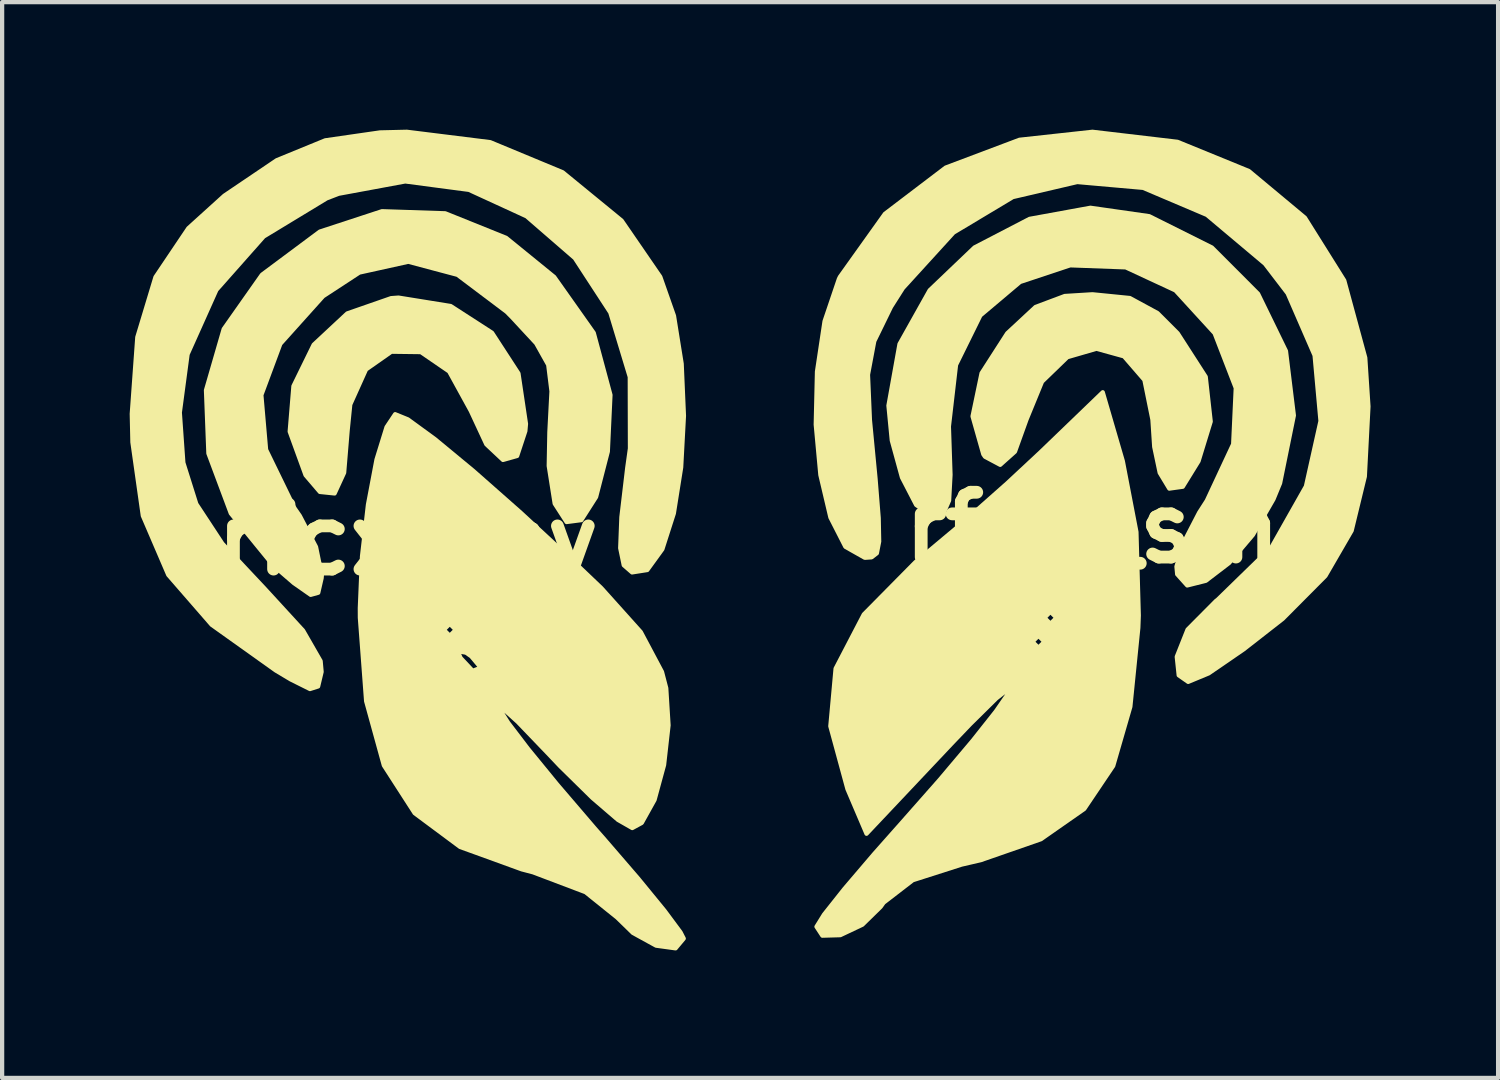
<source format=kicad_pcb>
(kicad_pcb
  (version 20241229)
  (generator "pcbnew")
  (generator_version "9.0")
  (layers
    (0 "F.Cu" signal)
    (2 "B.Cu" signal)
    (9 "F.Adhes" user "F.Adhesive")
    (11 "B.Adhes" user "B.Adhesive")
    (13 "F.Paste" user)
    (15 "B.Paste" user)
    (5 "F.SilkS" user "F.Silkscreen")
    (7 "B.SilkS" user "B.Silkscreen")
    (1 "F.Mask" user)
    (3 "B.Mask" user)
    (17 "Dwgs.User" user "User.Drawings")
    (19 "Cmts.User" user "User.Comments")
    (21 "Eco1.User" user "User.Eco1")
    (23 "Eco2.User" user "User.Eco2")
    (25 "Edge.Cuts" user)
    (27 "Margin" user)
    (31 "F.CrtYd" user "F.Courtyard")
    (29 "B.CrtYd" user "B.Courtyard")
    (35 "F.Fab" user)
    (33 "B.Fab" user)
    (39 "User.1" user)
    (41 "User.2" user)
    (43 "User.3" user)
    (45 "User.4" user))
  (footprint "rfcx_sm"
    (layer "F.Cu")
    (at 22.645 9.363)
    (property "Reference" "rfcx_sm" (at 0 0 0) (layer "F.SilkS") (effects (font (size 1.524 1.524) (thickness 0.3))))
    (attr through_hole)
    (fp_poly (pts (xy 2.781 -2.498) (xy 2.495 -1.566) (xy 2.124 -0.965) (xy 1.807 -0.921) (xy 1.582 -1.293) (xy 1.453 -1.905) (xy 1.411 -2.543) (xy 1.222 -3.476) (xy 0.741 -4.032) (xy 0.094 -4.211) (xy -0.591 -4.012) (xy -1.186 -3.436) (xy -1.551 -2.546) (xy -1.823 -1.79) (xy -2.17 -1.48) (xy -2.527 -1.67) (xy -2.567 -1.728) (xy -2.82 -2.621) (xy -2.608 -3.636) (xy -2.004 -4.575) (xy -1.339 -5.193) (xy -0.651 -5.451) (xy 0 -5.491) (xy 0.879 -5.403) (xy 1.529 -5.05) (xy 2.004 -4.575) (xy 2.664 -3.55) (xy 2.781 -2.498)) (stroke (width 0.1) (type solid)) (fill yes) (layer "F.SilkS"))
    (fp_poly (pts (xy 4.737 -2.641) (xy 4.413 -1.049) (xy 4.258 -0.672) (xy 3.775 0.167) (xy 3.214 0.829) (xy 2.667 1.247) (xy 2.229 1.357) (xy 1.993 1.094) (xy 1.976 0.912) (xy 2.128 0.381) (xy 2.509 -0.356) (xy 2.69 -0.638) (xy 3.31 -1.966) (xy 3.371 -3.287) (xy 2.874 -4.573) (xy 2.874 -4.574) (xy 1.952 -5.582) (xy 0.783 -6.125) (xy -0.524 -6.173) (xy -1.703 -5.781) (xy -2.636 -4.994) (xy -3.209 -3.831) (xy -3.377 -2.381) (xy -3.374 -2.297) (xy -3.339 -1.246) (xy -3.372 -0.64) (xy -3.496 -0.358) (xy -3.735 -0.283) (xy -3.782 -0.282) (xy -4.146 -0.536) (xy -4.48 -1.182) (xy -4.719 -2.053) (xy -4.798 -2.873) (xy -4.538 -4.321) (xy -3.829 -5.586) (xy -2.774 -6.593) (xy -1.479 -7.265) (xy -0.048 -7.526) (xy 1.335 -7.328) (xy 2.809 -6.592) (xy 3.895 -5.504) (xy 4.551 -4.157) (xy 4.737 -2.641)) (stroke (width 0.1) (type solid)) (fill yes) (layer "F.SilkS"))
    (fp_poly (pts (xy 6.491 -2.852) (xy 6.406 -1.206) (xy 6.096 0.069) (xy 5.48 1.132) (xy 4.476 2.142) (xy 3.556 2.86) (xy 2.733 3.425) (xy 2.251 3.625) (xy 2.029 3.47) (xy 1.983 3.034) (xy 2.237 2.394) (xy 2.907 1.72) (xy 2.943 1.693) (xy 4.21 0.459) (xy 5.021 -0.974) (xy 5.364 -2.51) (xy 5.225 -4.054) (xy 4.591 -5.513) (xy 4.058 -6.209) (xy 2.692 -7.358) (xy 1.192 -7.995) (xy -0.358 -8.132) (xy -1.873 -7.778) (xy -3.268 -6.942) (xy -4.459 -5.635) (xy -4.739 -5.194) (xy -5.132 -4.388) (xy -5.28 -3.6) (xy -5.235 -2.548) (xy -5.235 -2.54) (xy -5.102 -1.151) (xy -5.028 -0.229) (xy -5.017 0.323) (xy -5.071 0.599) (xy -5.195 0.695) (xy -5.354 0.706) (xy -5.811 0.448) (xy -6.163 -0.242) (xy -6.399 -1.242) (xy -6.508 -2.426) (xy -6.479 -3.672) (xy -6.301 -4.856) (xy -5.963 -5.854) (xy -5.939 -5.902) (xy -4.881 -7.384) (xy -3.452 -8.471) (xy -1.717 -9.125) (xy 0 -9.313) (xy 2 -9.077) (xy 3.678 -8.391) (xy 4.997 -7.292) (xy 5.922 -5.816) (xy 6.416 -3.999) (xy 6.491 -2.852)) (stroke (width 0.1) (type solid)) (fill yes) (layer "F.SilkS"))
    (fp_poly (pts (xy 1.089 2.063) (xy 1.078 2.355) (xy 0.891 4.209) (xy 0.488 5.601) (xy -0.193 6.613) (xy -0.847 7.07) (xy -0.847 2.117) (xy -0.988 1.976) (xy -1.129 2.117) (xy -0.988 2.258) (xy -0.847 2.117) (xy -0.847 7.07) (xy -1.129 7.267) (xy -1.129 2.681) (xy -1.27 2.54) (xy -1.411 2.681) (xy -1.27 2.822) (xy -1.129 2.681) (xy -1.129 7.267) (xy -1.211 7.325) (xy -2.628 7.818) (xy -3.08 7.923) (xy -4.227 8.29) (xy -4.912 8.818) (xy -4.982 8.916) (xy -5.411 9.336) (xy -5.931 9.582) (xy -6.353 9.594) (xy -6.491 9.383) (xy -6.314 9.097) (xy -5.835 8.493) (xy -5.135 7.672) (xy -4.573 7.038) (xy -3.591 5.925) (xy -2.816 5.006) (xy -2.272 4.319) (xy -1.982 3.9) (xy -1.971 3.786) (xy -2.261 4.013) (xy -2.876 4.62) (xy -3.316 5.08) (xy -5.314 7.197) (xy -5.762 6.147) (xy -6.165 4.668) (xy -6.041 3.312) (xy -5.378 2.038) (xy -4.164 0.809) (xy -4.065 0.73) (xy -3.096 -0.081) (xy -2.001 -1.051) (xy -1.219 -1.78) (xy 0.242 -3.187) (xy 0.714 -1.567) (xy 1.034 0.099) (xy 1.089 2.063)) (stroke (width 0.1) (type solid)) (fill yes) (layer "F.SilkS")))
  (footprint "rfcx_rev"
    (layer "F.Cu")
    (at 6.541 9.646)
    (property "Reference" "rfcx_rev" (at 0 0 0) (layer "F.SilkS") (effects (font (size 1.524 1.524) (thickness 0.3))))
    (attr through_hole)
    (fp_poly (pts (xy 2.78 -2.727) (xy 2.765 -2.557) (xy 2.572 -1.972) (xy 2.239 -1.878) (xy 1.848 -2.245) (xy 1.481 -3.034) (xy 0.973 -3.959) (xy 0.308 -4.415) (xy -0.386 -4.424) (xy -0.982 -4.006) (xy -1.353 -3.182) (xy -1.415 -2.567) (xy -1.497 -1.577) (xy -1.721 -1.09) (xy -2.067 -1.126) (xy -2.404 -1.52) (xy -2.777 -2.546) (xy -2.689 -3.615) (xy -2.213 -4.588) (xy -1.424 -5.324) (xy -0.393 -5.683) (xy -0.218 -5.696) (xy 1.009 -5.498) (xy 1.981 -4.87) (xy 2.603 -3.913) (xy 2.78 -2.727)) (stroke (width 0.1) (type solid)) (fill yes) (layer "F.SilkS"))
    (fp_poly (pts (xy 4.767 -3.407) (xy 4.705 -2.076) (xy 4.429 -1.007) (xy 4.082 -0.463) (xy 3.735 -0.418) (xy 3.456 -0.851) (xy 3.316 -1.738) (xy 3.331 -2.531) (xy 3.381 -3.492) (xy 3.304 -4.114) (xy 3.02 -4.621) (xy 2.45 -5.236) (xy 2.325 -5.362) (xy 1.17 -6.232) (xy 0.012 -6.54) (xy -1.14 -6.285) (xy -1.992 -5.728) (xy -2.997 -4.608) (xy -3.444 -3.405) (xy -3.333 -2.119) (xy -2.665 -0.745) (xy -2.54 -0.565) (xy -2.158 0.168) (xy -2.021 0.838) (xy -2.027 0.903) (xy -2.106 1.245) (xy -2.284 1.295) (xy -2.678 1.02) (xy -3.172 0.594) (xy -4.162 -0.621) (xy -4.689 -2.032) (xy -4.746 -3.518) (xy -4.329 -4.957) (xy -3.435 -6.227) (xy -3.421 -6.241) (xy -2.068 -7.249) (xy -0.607 -7.728) (xy 0.88 -7.679) (xy 2.313 -7.102) (xy 3.444 -6.182) (xy 4.374 -4.866) (xy 4.767 -3.407)) (stroke (width 0.1) (type solid)) (fill yes) (layer "F.SilkS"))
    (fp_poly (pts (xy 6.495 -2.915) (xy 6.43 -1.704) (xy 6.258 -0.621) (xy 5.988 0.221) (xy 5.633 0.711) (xy 5.275 0.767) (xy 5.08 0.597) (xy 4.997 0.196) (xy 5.025 -0.534) (xy 5.162 -1.69) (xy 5.226 -2.148) (xy 5.222 -3.831) (xy 4.764 -5.344) (xy 3.929 -6.625) (xy 2.795 -7.608) (xy 1.439 -8.231) (xy -0.06 -8.429) (xy -1.627 -8.139) (xy -1.91 -8.03) (xy -3.389 -7.133) (xy -4.501 -5.877) (xy -5.179 -4.364) (xy -5.362 -2.993) (xy -5.279 -1.812) (xy -4.974 -0.843) (xy -4.362 0.088) (xy -3.367 1.148) (xy -2.462 2.135) (xy -2.05 2.852) (xy -2.027 3.106) (xy -2.109 3.449) (xy -2.301 3.51) (xy -2.754 3.284) (xy -3.104 3.075) (xy -4.613 1.999) (xy -5.633 0.826) (xy -6.231 -0.565) (xy -6.476 -2.294) (xy -6.491 -2.963) (xy -6.361 -4.765) (xy -5.934 -6.179) (xy -5.161 -7.328) (xy -4.315 -8.094) (xy -3.081 -8.928) (xy -1.941 -9.395) (xy -0.652 -9.581) (xy -0.021 -9.596) (xy 1.938 -9.352) (xy 3.643 -8.644) (xy 5.03 -7.508) (xy 5.939 -6.185) (xy 6.261 -5.268) (xy 6.442 -4.14) (xy 6.495 -2.915)) (stroke (width 0.1) (type solid)) (fill yes) (layer "F.SilkS"))
    (fp_poly (pts (xy 6.491 9.379) (xy 6.299 9.609) (xy 5.841 9.546) (xy 5.296 9.247) (xy 4.923 8.884) (xy 4.181 8.288) (xy 2.948 7.821) (xy 2.681 7.751) (xy 1.693 7.392) (xy 1.693 2.98) (xy 1.493 2.741) (xy 1.368 2.654) (xy 1.174 2.621) (xy 1.243 2.779) (xy 1.527 3.082) (xy 1.691 3.019) (xy 1.693 2.98) (xy 1.693 7.392) (xy 1.231 7.225) (xy 1.129 7.149) (xy 1.129 2.117) (xy 0.988 1.976) (xy 0.847 2.117) (xy 0.988 2.258) (xy 1.129 2.117) (xy 1.129 7.149) (xy 0.162 6.43) (xy -0.562 5.307) (xy -0.979 3.795) (xy -1.126 1.832) (xy -1.127 1.607) (xy -1.076 0.388) (xy -0.936 -0.826) (xy -0.735 -1.887) (xy -0.499 -2.651) (xy -0.297 -2.954) (xy 0.002 -2.832) (xy 0.637 -2.369) (xy 1.544 -1.619) (xy 2.656 -0.638) (xy 3.908 0.52) (xy 4.552 1.134) (xy 5.481 2.169) (xy 5.979 3.106) (xy 6.079 3.49) (xy 6.133 4.363) (xy 6.028 5.296) (xy 5.804 6.118) (xy 5.503 6.659) (xy 5.28 6.78) (xy 4.944 6.588) (xy 4.342 6.071) (xy 3.585 5.327) (xy 3.29 5.016) (xy 2.588 4.285) (xy 2.217 3.951) (xy 2.151 3.97) (xy 2.362 4.304) (xy 2.825 4.912) (xy 3.512 5.752) (xy 4.396 6.785) (xy 4.629 7.05) (xy 5.416 7.963) (xy 6.039 8.724) (xy 6.416 9.232) (xy 6.491 9.379)) (stroke (width 0.1) (type solid)) (fill yes) (layer "F.SilkS")))
  (gr_rect
    (start -3 -3)
    (end 32.186 22.304)
    (stroke (width 0.1) (type default))
    (fill no)
    (layer "Edge.Cuts")))
</source>
